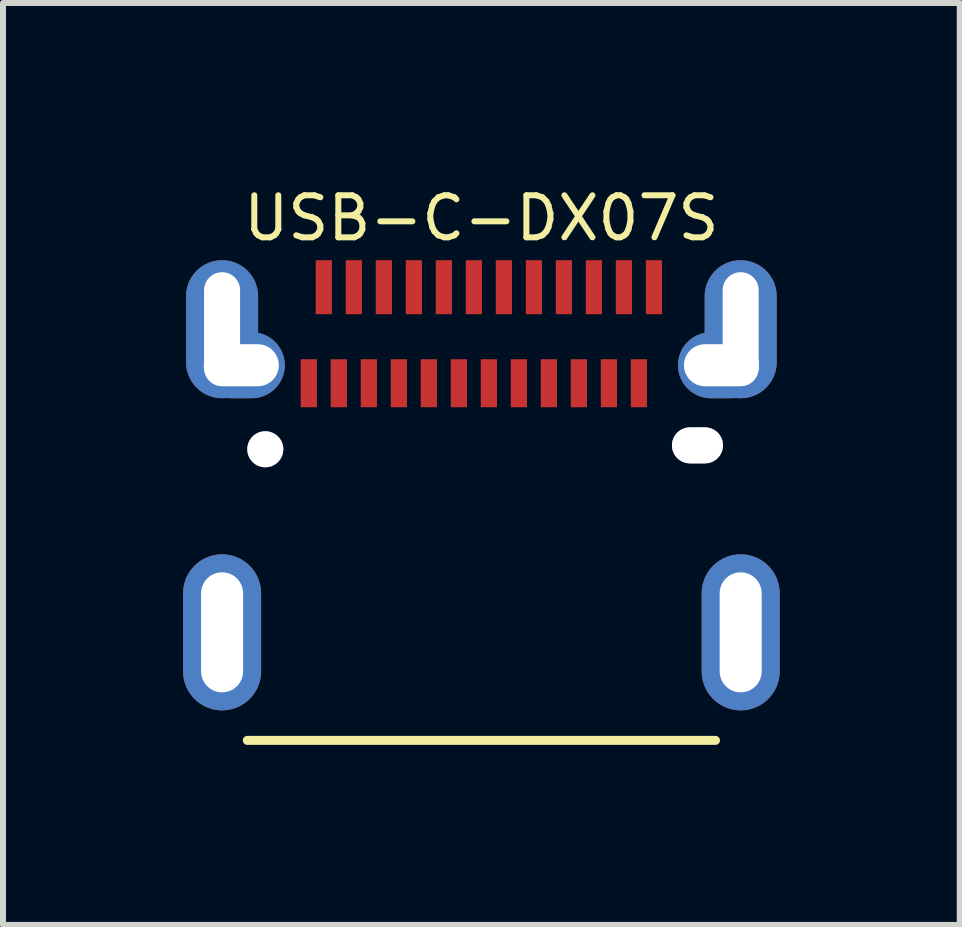
<source format=kicad_pcb>
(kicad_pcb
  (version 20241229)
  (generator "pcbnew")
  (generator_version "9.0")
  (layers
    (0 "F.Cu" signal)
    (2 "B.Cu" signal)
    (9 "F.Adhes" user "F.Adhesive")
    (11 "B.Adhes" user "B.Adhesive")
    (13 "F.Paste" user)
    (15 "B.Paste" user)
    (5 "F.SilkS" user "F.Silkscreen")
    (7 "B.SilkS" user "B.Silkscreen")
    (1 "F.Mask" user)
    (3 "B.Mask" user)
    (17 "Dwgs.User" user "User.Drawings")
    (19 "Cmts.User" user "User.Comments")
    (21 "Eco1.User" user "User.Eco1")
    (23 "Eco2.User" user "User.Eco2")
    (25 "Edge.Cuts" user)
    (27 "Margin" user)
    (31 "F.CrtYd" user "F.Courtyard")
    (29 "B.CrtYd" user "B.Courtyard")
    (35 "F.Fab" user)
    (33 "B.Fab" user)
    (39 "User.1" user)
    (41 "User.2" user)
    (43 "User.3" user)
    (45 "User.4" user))
  (footprint "USB-C-DX07S"
    (layer "F.Cu")
    (at 4.97 4.435)
    (property "Reference" "USB-C-DX07S" (at 0 -3.85 0) (layer "F.SilkS") (effects (font (size 0.7 0.7) (thickness 0.1))))
    (attr through_hole)
    (fp_line (start -3.9 4.85) (end 3.9 4.85) (stroke (width 0.15) (type solid)) (layer "F.SilkS"))
    (pad "" thru_hole circle (at -3.6 0) (size 0.6 0.6) (drill 0.6) (layers "*.Cu" "*.Mask"))
    (pad "" thru_hole oval (at 3.6 -0.065) (size 0.85 0.6) (drill oval 0.85 0.6) (layers "*.Cu" "*.Mask"))
    (pad "A1" smd rect (at -2.625 -2.7) (size 0.27 0.9) (layers "F.Cu" "F.Mask" "F.Paste"))
    (pad "A2" smd rect (at -2.125 -2.7) (size 0.27 0.9) (layers "F.Cu" "F.Mask" "F.Paste"))
    (pad "A3" smd rect (at -1.625 -2.7) (size 0.27 0.9) (layers "F.Cu" "F.Mask" "F.Paste"))
    (pad "A4" smd rect (at -1.125 -2.7) (size 0.27 0.9) (layers "F.Cu" "F.Mask" "F.Paste"))
    (pad "A5" smd rect (at -0.625 -2.7) (size 0.27 0.9) (layers "F.Cu" "F.Mask" "F.Paste"))
    (pad "A6" smd rect (at -0.125 -2.7) (size 0.27 0.9) (layers "F.Cu" "F.Mask" "F.Paste"))
    (pad "A7" smd rect (at 0.375 -2.7) (size 0.27 0.9) (layers "F.Cu" "F.Mask" "F.Paste"))
    (pad "A8" smd rect (at 0.875 -2.7) (size 0.27 0.9) (layers "F.Cu" "F.Mask" "F.Paste"))
    (pad "A9" smd rect (at 1.375 -2.7) (size 0.27 0.9) (layers "F.Cu" "F.Mask" "F.Paste"))
    (pad "A10" smd rect (at 1.875 -2.7) (size 0.27 0.9) (layers "F.Cu" "F.Mask" "F.Paste"))
    (pad "A11" smd rect (at 2.375 -2.7) (size 0.27 0.9) (layers "F.Cu" "F.Mask" "F.Paste"))
    (pad "A12" smd rect (at 2.875 -2.7) (size 0.27 0.9) (layers "F.Cu" "F.Mask" "F.Paste"))
    (pad "B1" smd rect (at 2.625 -1.1) (size 0.27 0.8) (layers "F.Cu" "F.Mask" "F.Paste"))
    (pad "B2" smd rect (at 2.125 -1.1) (size 0.27 0.8) (layers "F.Cu" "F.Mask" "F.Paste"))
    (pad "B3" smd rect (at 1.625 -1.1) (size 0.27 0.8) (layers "F.Cu" "F.Mask" "F.Paste"))
    (pad "B4" smd rect (at 1.125 -1.1) (size 0.27 0.8) (layers "F.Cu" "F.Mask" "F.Paste"))
    (pad "B5" smd rect (at 0.625 -1.1) (size 0.27 0.8) (layers "F.Cu" "F.Mask" "F.Paste"))
    (pad "B6" smd rect (at 0.125 -1.1) (size 0.27 0.8) (layers "F.Cu" "F.Mask" "F.Paste"))
    (pad "B7" smd rect (at -0.375 -1.1) (size 0.27 0.8) (layers "F.Cu" "F.Mask" "F.Paste"))
    (pad "B8" smd rect (at -0.875 -1.1) (size 0.27 0.8) (layers "F.Cu" "F.Mask" "F.Paste"))
    (pad "B9" smd rect (at -1.375 -1.1) (size 0.27 0.8) (layers "F.Cu" "F.Mask" "F.Paste"))
    (pad "B10" smd rect (at -1.875 -1.1) (size 0.27 0.8) (layers "F.Cu" "F.Mask" "F.Paste"))
    (pad "B11" smd rect (at -2.375 -1.1) (size 0.27 0.8) (layers "F.Cu" "F.Mask" "F.Paste"))
    (pad "B12" smd rect (at -2.875 -1.1) (size 0.27 0.8) (layers "F.Cu" "F.Mask" "F.Paste"))
    (pad "SH" thru_hole oval (at -4.32 -2) (size 1.2 2.3) (drill oval 0.6 1.9) (layers "*.Cu" "*.Mask"))
    (pad "SH" thru_hole oval (at -4.32 3.05) (size 1.3 2.6) (drill oval 0.7 2) (layers "*.Cu" "*.Mask"))
    (pad "SH" thru_hole oval (at -4 -1.4) (size 1.45 1.1) (drill oval 1.25 0.7) (layers "*.Cu" "*.Mask"))
    (pad "SH" thru_hole oval (at 4 -1.4) (size 1.45 1.1) (drill oval 1.25 0.7) (layers "*.Cu" "*.Mask"))
    (pad "SH" thru_hole oval (at 4.32 -2) (size 1.2 2.3) (drill oval 0.6 1.9) (layers "*.Cu" "*.Mask"))
    (pad "SH" thru_hole oval (at 4.32 3.05) (size 1.3 2.6) (drill oval 0.7 2) (layers "*.Cu" "*.Mask")))
  (gr_rect
    (start -3 -3)
    (end 12.94 12.36)
    (stroke (width 0.1) (type default))
    (fill no)
    (layer "Edge.Cuts")))
</source>
